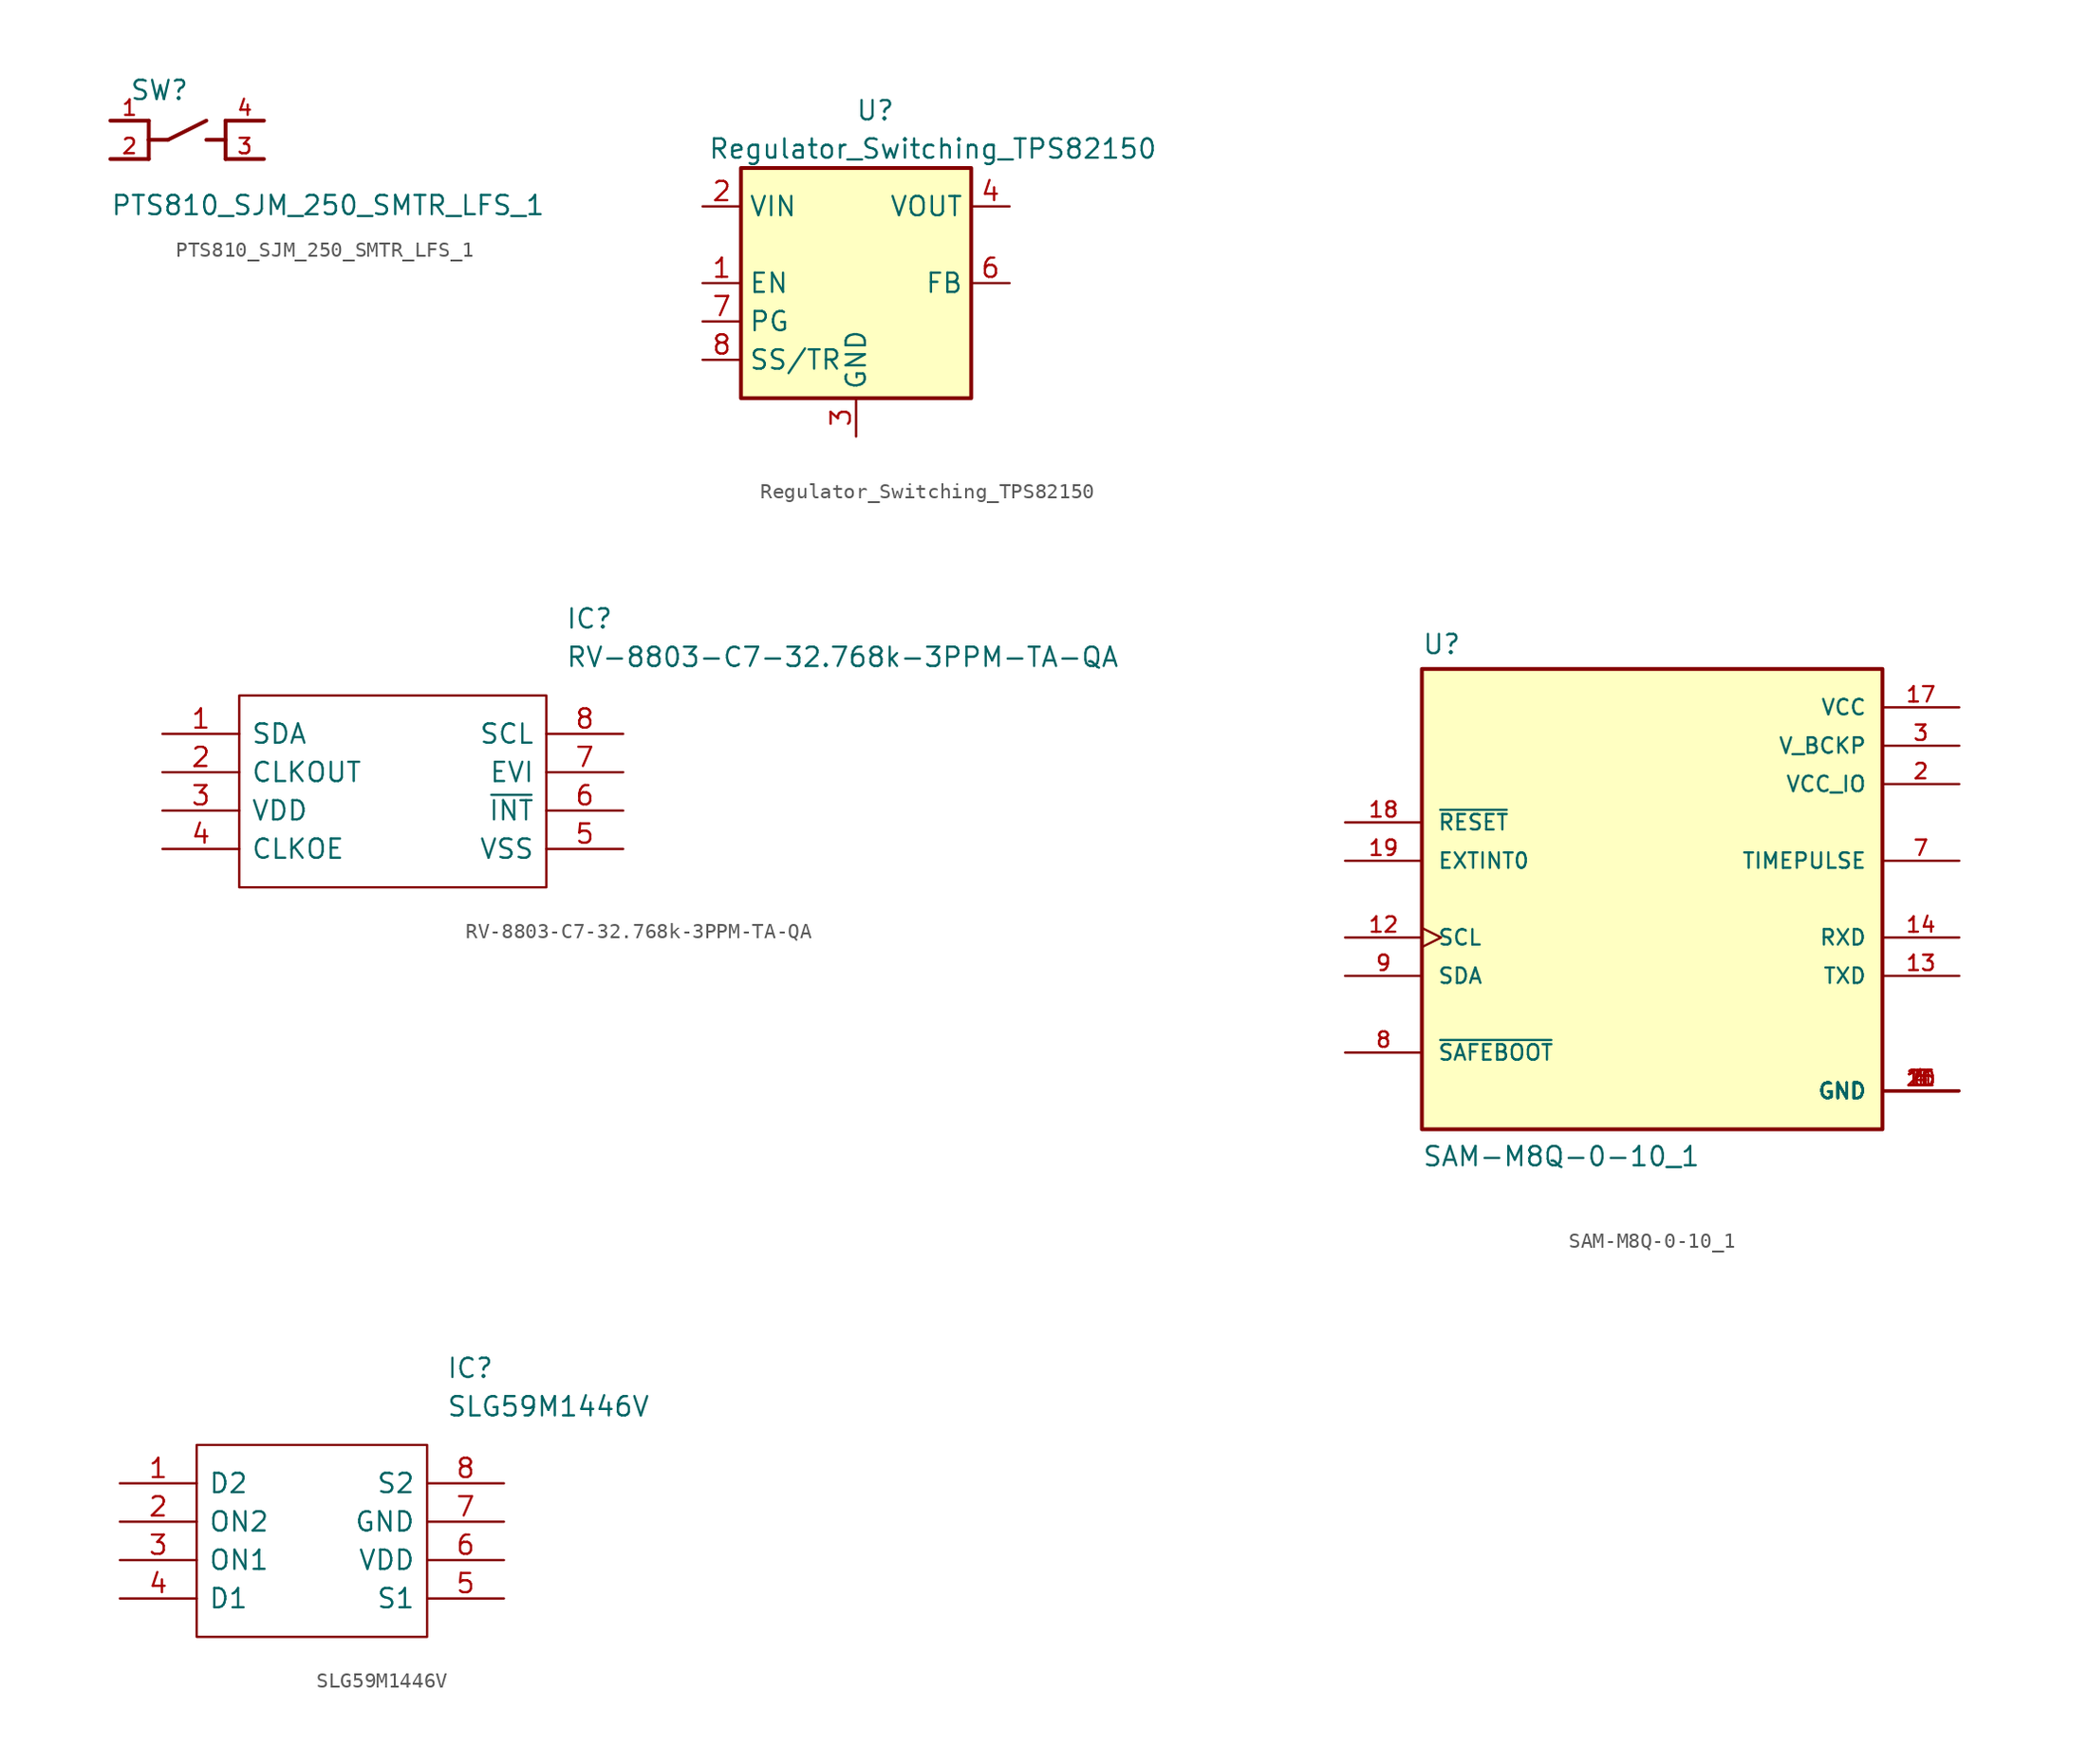
<source format=kicad_sym>
(kicad_symbol_lib
  (version 20211014)
  (generator kicad_symbol_editor)
  (symbol "PTS810_SJM_250_SMTR_LFS_1"
    (pin_names
      (offset 1.016) hide)
    (property "Reference" "SW"
      (at -3.81 1.27 0)
      (effects (font (size 1.27 1.27)) (justify left bottom)))
    (property "Value" "PTS810_SJM_250_SMTR_LFS_1"
      (at -5.08 -6.35 0)
      (effects (font (size 1.27 1.27)) (justify left bottom)))
    (property "ki_locked" ""
      (at 0 0 0)
      (effects (font (size 1.27 1.27))))
    (symbol "PTS810_SJM_250_SMTR_LFS_1_0_0"
      (polyline (pts (xy -2.54 -2.54) (xy -5.08 -2.54)) (stroke (width 0.254) (type default) (color 0 0 0 0)) (fill (type none)))
      (polyline (pts (xy -2.54 -1.27) (xy -2.54 -2.54)) (stroke (width 0.254) (type default) (color 0 0 0 0)) (fill (type none)))
      (polyline (pts (xy -2.54 -1.27) (xy -1.27 -1.27)) (stroke (width 0.254) (type default) (color 0 0 0 0)) (fill (type none)))
      (polyline (pts (xy -2.54 0) (xy -5.08 0)) (stroke (width 0.254) (type default) (color 0 0 0 0)) (fill (type none)))
      (polyline (pts (xy -2.54 0) (xy -2.54 -1.27)) (stroke (width 0.254) (type default) (color 0 0 0 0)) (fill (type none)))
      (polyline (pts (xy -1.27 -1.27) (xy 1.27 0)) (stroke (width 0.254) (type default) (color 0 0 0 0)) (fill (type none)))
      (polyline (pts (xy 1.27 -1.27) (xy 2.54 -1.27)) (stroke (width 0.254) (type default) (color 0 0 0 0)) (fill (type none)))
      (polyline (pts (xy 2.54 -2.54) (xy 5.08 -2.54)) (stroke (width 0.254) (type default) (color 0 0 0 0)) (fill (type none)))
      (polyline (pts (xy 2.54 -1.27) (xy 2.54 -2.54)) (stroke (width 0.254) (type default) (color 0 0 0 0)) (fill (type none)))
      (polyline (pts (xy 2.54 0) (xy 2.54 -1.27)) (stroke (width 0.254) (type default) (color 0 0 0 0)) (fill (type none)))
      (polyline (pts (xy 2.54 0) (xy 5.08 0)) (stroke (width 0.254) (type default) (color 0 0 0 0)) (fill (type none)))
      (pin passive line (at -5.08 0 0) (length 2.54) (name "1" (effects (font (size 1.016 1.016)))) (number "1" (effects (font (size 1.016 1.016)))))
      (pin passive line (at -5.08 -2.54 0) (length 2.54) (name "2" (effects (font (size 1.016 1.016)))) (number "2" (effects (font (size 1.016 1.016)))))
      (pin passive line (at 5.08 -2.54 180) (length 2.54) (name "3" (effects (font (size 1.016 1.016)))) (number "3" (effects (font (size 1.016 1.016)))))
      (pin passive line (at 5.08 0 180) (length 2.54) (name "4" (effects (font (size 1.016 1.016)))) (number "4" (effects (font (size 1.016 1.016)))))))
  (symbol "Regulator_Switching_TPS82150"
    (property "Reference" "U"
      (at 1.27 11.43 0)
      (effects (font (size 1.27 1.27))))
    (property "Value" "Regulator_Switching_TPS82150"
      (at 5.08 8.89 0)
      (effects (font (size 1.27 1.27))))
    (symbol "Regulator_Switching_TPS82150_0_1"
      (rectangle (start -7.62 7.62) (end 7.62 -7.62) (stroke (width 0.254) (type default) (color 0 0 0 0)) (fill (type background))))
    (symbol "Regulator_Switching_TPS82150_1_1"
      (pin input line (at -10.16 0 0) (length 2.54) (name "EN" (effects (font (size 1.27 1.27)))) (number "1" (effects (font (size 1.27 1.27)))))
      (pin power_in line (at -10.16 5.08 0) (length 2.54) (name "VIN" (effects (font (size 1.27 1.27)))) (number "2" (effects (font (size 1.27 1.27)))))
      (pin power_in line (at 0 -10.16 90) (length 2.54) (name "GND" (effects (font (size 1.27 1.27)))) (number "3" (effects (font (size 1.27 1.27)))))
      (pin power_out line (at 10.16 5.08 180) (length 2.54) (name "VOUT" (effects (font (size 1.27 1.27)))) (number "4" (effects (font (size 1.27 1.27)))))
      (pin passive line (at 10.16 5.08 180) (length 2.54) hide (name "VOUT" (effects (font (size 1.27 1.27)))) (number "5" (effects (font (size 1.27 1.27)))))
      (pin input line (at 10.16 0 180) (length 2.54) (name "FB" (effects (font (size 1.27 1.27)))) (number "6" (effects (font (size 1.27 1.27)))))
      (pin open_collector line (at -10.16 -2.54 0) (length 2.54) (name "PG" (effects (font (size 1.27 1.27)))) (number "7" (effects (font (size 1.27 1.27)))))
      (pin input line (at -10.16 -5.08 0) (length 2.54) (name "SS/TR" (effects (font (size 1.27 1.27)))) (number "8" (effects (font (size 1.27 1.27)))))
      (pin passive line (at 0 -10.16 90) (length 2.54) hide (name "GND" (effects (font (size 1.27 1.27)))) (number "9" (effects (font (size 1.27 1.27)))))))
  (symbol "RV-8803-C7-32.768k-3PPM-TA-QA"
    (pin_names
      (offset 0.762))
    (property "Reference" "IC"
      (at 26.67 7.62 0)
      (effects (font (size 1.27 1.27)) (justify left)))
    (property "Value" "RV-8803-C7-32.768k-3PPM-TA-QA"
      (at 26.67 5.08 0)
      (effects (font (size 1.27 1.27)) (justify left)))
    (symbol "RV-8803-C7-32.768k-3PPM-TA-QA_0_0"
      (pin passive line (at 0 0 0) (length 5.08) (name "SDA" (effects (font (size 1.27 1.27)))) (number "1" (effects (font (size 1.27 1.27)))))
      (pin passive line (at 0 -2.54 0) (length 5.08) (name "CLKOUT" (effects (font (size 1.27 1.27)))) (number "2" (effects (font (size 1.27 1.27)))))
      (pin passive line (at 0 -5.08 0) (length 5.08) (name "VDD" (effects (font (size 1.27 1.27)))) (number "3" (effects (font (size 1.27 1.27)))))
      (pin passive line (at 0 -7.62 0) (length 5.08) (name "CLKOE" (effects (font (size 1.27 1.27)))) (number "4" (effects (font (size 1.27 1.27)))))
      (pin passive line (at 30.48 -7.62 180) (length 5.08) (name "VSS" (effects (font (size 1.27 1.27)))) (number "5" (effects (font (size 1.27 1.27)))))
      (pin passive line (at 30.48 -5.08 180) (length 5.08) (name "~{INT}" (effects (font (size 1.27 1.27)))) (number "6" (effects (font (size 1.27 1.27)))))
      (pin passive line (at 30.48 -2.54 180) (length 5.08) (name "EVI" (effects (font (size 1.27 1.27)))) (number "7" (effects (font (size 1.27 1.27)))))
      (pin passive line (at 30.48 0 180) (length 5.08) (name "SCL" (effects (font (size 1.27 1.27)))) (number "8" (effects (font (size 1.27 1.27))))))
    (symbol "RV-8803-C7-32.768k-3PPM-TA-QA_0_1"
      (polyline (pts (xy 5.08 2.54) (xy 25.4 2.54) (xy 25.4 -10.16) (xy 5.08 -10.16) (xy 5.08 2.54)) (stroke (width 0.152) (type default) (color 0 0 0 0)) (fill (type none)))))
  (symbol "SAM-M8Q-0-10_1"
    (pin_names
      (offset 1.016))
    (property "Reference" "U"
      (at -15.24 16.129 0)
      (effects (font (size 1.27 1.27)) (justify left bottom)))
    (property "Value" "SAM-M8Q-0-10_1"
      (at -15.24 -17.78 0)
      (effects (font (size 1.27 1.27)) (justify left bottom)))
    (property "ki_locked" ""
      (at 0 0 0)
      (effects (font (size 1.27 1.27))))
    (symbol "SAM-M8Q-0-10_1_0_0"
      (rectangle (start -15.24 -15.24) (end 15.24 15.24) (stroke (width 0.254) (type default) (color 0 0 0 0)) (fill (type background)))
      (pin power_in line (at 20.32 -12.7 180) (length 5.08) (name "GND" (effects (font (size 1.016 1.016)))) (number "1" (effects (font (size 1.016 1.016)))))
      (pin power_in line (at 20.32 -12.7 180) (length 5.08) (name "GND" (effects (font (size 1.016 1.016)))) (number "10" (effects (font (size 1.016 1.016)))))
      (pin power_in line (at 20.32 -12.7 180) (length 5.08) (name "GND" (effects (font (size 1.016 1.016)))) (number "11" (effects (font (size 1.016 1.016)))))
      (pin input clock (at -20.32 -2.54 0) (length 5.08) (name "SCL" (effects (font (size 1.016 1.016)))) (number "12" (effects (font (size 1.016 1.016)))))
      (pin output line (at 20.32 -5.08 180) (length 5.08) (name "TXD" (effects (font (size 1.016 1.016)))) (number "13" (effects (font (size 1.016 1.016)))))
      (pin input line (at 20.32 -2.54 180) (length 5.08) (name "RXD" (effects (font (size 1.016 1.016)))) (number "14" (effects (font (size 1.016 1.016)))))
      (pin power_in line (at 20.32 -12.7 180) (length 5.08) (name "GND" (effects (font (size 1.016 1.016)))) (number "15" (effects (font (size 1.016 1.016)))))
      (pin power_in line (at 20.32 -12.7 180) (length 5.08) (name "GND" (effects (font (size 1.016 1.016)))) (number "16" (effects (font (size 1.016 1.016)))))
      (pin power_in line (at 20.32 12.7 180) (length 5.08) (name "VCC" (effects (font (size 1.016 1.016)))) (number "17" (effects (font (size 1.016 1.016)))))
      (pin input line (at -20.32 5.08 0) (length 5.08) (name "~{RESET}" (effects (font (size 1.016 1.016)))) (number "18" (effects (font (size 1.016 1.016)))))
      (pin input line (at -20.32 2.54 0) (length 5.08) (name "EXTINT0" (effects (font (size 1.016 1.016)))) (number "19" (effects (font (size 1.016 1.016)))))
      (pin power_in line (at 20.32 7.62 180) (length 5.08) (name "VCC_IO" (effects (font (size 1.016 1.016)))) (number "2" (effects (font (size 1.016 1.016)))))
      (pin power_in line (at 20.32 -12.7 180) (length 5.08) (name "GND" (effects (font (size 1.016 1.016)))) (number "20" (effects (font (size 1.016 1.016)))))
      (pin power_in line (at 20.32 10.16 180) (length 5.08) (name "V_BCKP" (effects (font (size 1.016 1.016)))) (number "3" (effects (font (size 1.016 1.016)))))
      (pin power_in line (at 20.32 -12.7 180) (length 5.08) (name "GND" (effects (font (size 1.016 1.016)))) (number "4" (effects (font (size 1.016 1.016)))))
      (pin power_in line (at 20.32 -12.7 180) (length 5.08) (name "GND" (effects (font (size 1.016 1.016)))) (number "5" (effects (font (size 1.016 1.016)))))
      (pin power_in line (at 20.32 -12.7 180) (length 5.08) (name "GND" (effects (font (size 1.016 1.016)))) (number "6" (effects (font (size 1.016 1.016)))))
      (pin output line (at 20.32 2.54 180) (length 5.08) (name "TIMEPULSE" (effects (font (size 1.016 1.016)))) (number "7" (effects (font (size 1.016 1.016)))))
      (pin input line (at -20.32 -10.16 0) (length 5.08) (name "~{SAFEBOOT}" (effects (font (size 1.016 1.016)))) (number "8" (effects (font (size 1.016 1.016)))))
      (pin bidirectional line (at -20.32 -5.08 0) (length 5.08) (name "SDA" (effects (font (size 1.016 1.016)))) (number "9" (effects (font (size 1.016 1.016)))))))
  (symbol "SLG59M1446V"
    (pin_names
      (offset 0.762))
    (property "Reference" "IC"
      (at 21.59 7.62 0)
      (effects (font (size 1.27 1.27)) (justify left)))
    (property "Value" "SLG59M1446V"
      (at 21.59 5.08 0)
      (effects (font (size 1.27 1.27)) (justify left)))
    (symbol "SLG59M1446V_0_0"
      (pin passive line (at 0 0 0) (length 5.08) (name "D2" (effects (font (size 1.27 1.27)))) (number "1" (effects (font (size 1.27 1.27)))))
      (pin passive line (at 0 -2.54 0) (length 5.08) (name "ON2" (effects (font (size 1.27 1.27)))) (number "2" (effects (font (size 1.27 1.27)))))
      (pin passive line (at 0 -5.08 0) (length 5.08) (name "ON1" (effects (font (size 1.27 1.27)))) (number "3" (effects (font (size 1.27 1.27)))))
      (pin passive line (at 0 -7.62 0) (length 5.08) (name "D1" (effects (font (size 1.27 1.27)))) (number "4" (effects (font (size 1.27 1.27)))))
      (pin passive line (at 25.4 -7.62 180) (length 5.08) (name "S1" (effects (font (size 1.27 1.27)))) (number "5" (effects (font (size 1.27 1.27)))))
      (pin passive line (at 25.4 -5.08 180) (length 5.08) (name "VDD" (effects (font (size 1.27 1.27)))) (number "6" (effects (font (size 1.27 1.27)))))
      (pin passive line (at 25.4 -2.54 180) (length 5.08) (name "GND" (effects (font (size 1.27 1.27)))) (number "7" (effects (font (size 1.27 1.27)))))
      (pin passive line (at 25.4 0 180) (length 5.08) (name "S2" (effects (font (size 1.27 1.27)))) (number "8" (effects (font (size 1.27 1.27))))))
    (symbol "SLG59M1446V_0_1"
      (polyline (pts (xy 5.08 2.54) (xy 20.32 2.54) (xy 20.32 -10.16) (xy 5.08 -10.16) (xy 5.08 2.54)) (stroke (width 0.152) (type default) (color 0 0 0 0)) (fill (type none))))))
</source>
